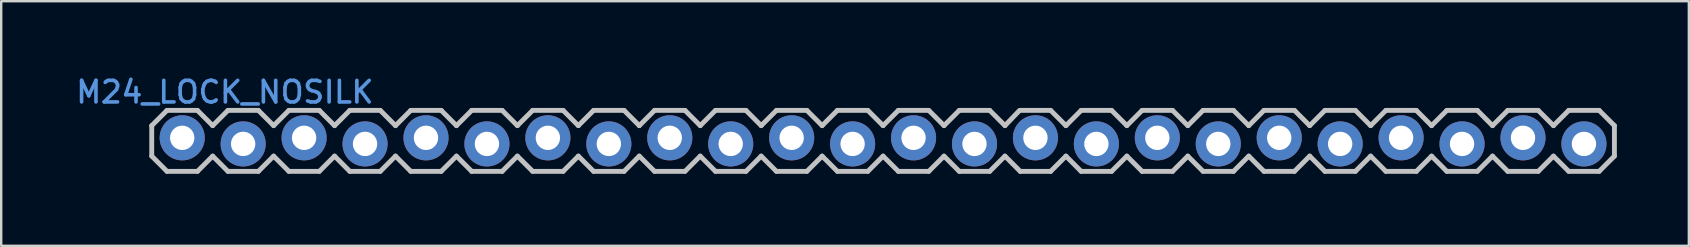
<source format=kicad_pcb>
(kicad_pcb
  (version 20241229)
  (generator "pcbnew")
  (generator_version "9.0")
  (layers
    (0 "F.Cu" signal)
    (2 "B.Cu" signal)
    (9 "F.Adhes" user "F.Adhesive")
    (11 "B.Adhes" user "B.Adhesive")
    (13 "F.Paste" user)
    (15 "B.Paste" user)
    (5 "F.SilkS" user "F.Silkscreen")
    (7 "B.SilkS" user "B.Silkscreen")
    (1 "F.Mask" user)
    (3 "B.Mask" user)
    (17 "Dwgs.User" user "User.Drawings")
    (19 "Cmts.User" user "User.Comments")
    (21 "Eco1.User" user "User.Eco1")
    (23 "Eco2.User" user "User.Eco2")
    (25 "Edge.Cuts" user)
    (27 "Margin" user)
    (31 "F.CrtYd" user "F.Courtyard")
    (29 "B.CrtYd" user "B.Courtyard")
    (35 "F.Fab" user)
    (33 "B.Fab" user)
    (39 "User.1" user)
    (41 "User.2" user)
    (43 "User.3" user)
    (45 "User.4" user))
  (footprint "M24_LOCK_NOSILK"
    (layer "F.Cu")
    (at 4.544 2.821)
    (property "Reference" "M24_LOCK_NOSILK" (at 1.778 -2.032 0) (layer "Cmts.User") (effects (font (size 0.899 0.899) (thickness 0.15))))
    (attr exclude_from_pos_files exclude_from_bom)
    (fp_line (start -1.27 -0.635) (end -1.27 0.635) (stroke (width 0.203) (type solid)) (layer "Dwgs.User"))
    (fp_line (start -1.27 0.635) (end -0.635 1.27) (stroke (width 0.203) (type solid)) (layer "Dwgs.User"))
    (fp_line (start -0.635 -1.27) (end -1.27 -0.635) (stroke (width 0.203) (type solid)) (layer "Dwgs.User"))
    (fp_line (start -0.635 -1.27) (end 0.635 -1.27) (stroke (width 0.203) (type solid)) (layer "Dwgs.User"))
    (fp_line (start -0.254 -0.254) (end 0.254 -0.254) (stroke (width 0.066) (type solid)) (layer "Dwgs.User"))
    (fp_line (start -0.254 0.254) (end -0.254 -0.254) (stroke (width 0.066) (type solid)) (layer "Dwgs.User"))
    (fp_line (start -0.254 0.254) (end 0.254 0.254) (stroke (width 0.066) (type solid)) (layer "Dwgs.User"))
    (fp_line (start 0.254 0.254) (end 0.254 -0.254) (stroke (width 0.066) (type solid)) (layer "Dwgs.User"))
    (fp_line (start 0.635 -1.27) (end 1.27 -0.635) (stroke (width 0.203) (type solid)) (layer "Dwgs.User"))
    (fp_line (start 0.635 1.27) (end -0.635 1.27) (stroke (width 0.203) (type solid)) (layer "Dwgs.User"))
    (fp_line (start 1.27 -0.635) (end 1.905 -1.27) (stroke (width 0.203) (type solid)) (layer "Dwgs.User"))
    (fp_line (start 1.27 0.635) (end 0.635 1.27) (stroke (width 0.203) (type solid)) (layer "Dwgs.User"))
    (fp_line (start 1.905 -1.27) (end 3.175 -1.27) (stroke (width 0.203) (type solid)) (layer "Dwgs.User"))
    (fp_line (start 1.905 1.27) (end 1.27 0.635) (stroke (width 0.203) (type solid)) (layer "Dwgs.User"))
    (fp_line (start 2.286 -0.254) (end 2.794 -0.254) (stroke (width 0.066) (type solid)) (layer "Dwgs.User"))
    (fp_line (start 2.286 0.254) (end 2.286 -0.254) (stroke (width 0.066) (type solid)) (layer "Dwgs.User"))
    (fp_line (start 2.286 0.254) (end 2.794 0.254) (stroke (width 0.066) (type solid)) (layer "Dwgs.User"))
    (fp_line (start 2.794 0.254) (end 2.794 -0.254) (stroke (width 0.066) (type solid)) (layer "Dwgs.User"))
    (fp_line (start 3.175 -1.27) (end 3.81 -0.635) (stroke (width 0.203) (type solid)) (layer "Dwgs.User"))
    (fp_line (start 3.175 1.27) (end 1.905 1.27) (stroke (width 0.203) (type solid)) (layer "Dwgs.User"))
    (fp_line (start 3.81 -0.635) (end 4.445 -1.27) (stroke (width 0.203) (type solid)) (layer "Dwgs.User"))
    (fp_line (start 3.81 0.635) (end 3.175 1.27) (stroke (width 0.203) (type solid)) (layer "Dwgs.User"))
    (fp_line (start 4.445 -1.27) (end 5.715 -1.27) (stroke (width 0.203) (type solid)) (layer "Dwgs.User"))
    (fp_line (start 4.445 1.27) (end 3.81 0.635) (stroke (width 0.203) (type solid)) (layer "Dwgs.User"))
    (fp_line (start 4.826 -0.254) (end 5.334 -0.254) (stroke (width 0.066) (type solid)) (layer "Dwgs.User"))
    (fp_line (start 4.826 0.254) (end 4.826 -0.254) (stroke (width 0.066) (type solid)) (layer "Dwgs.User"))
    (fp_line (start 4.826 0.254) (end 5.334 0.254) (stroke (width 0.066) (type solid)) (layer "Dwgs.User"))
    (fp_line (start 5.334 0.254) (end 5.334 -0.254) (stroke (width 0.066) (type solid)) (layer "Dwgs.User"))
    (fp_line (start 5.715 -1.27) (end 6.35 -0.635) (stroke (width 0.203) (type solid)) (layer "Dwgs.User"))
    (fp_line (start 5.715 1.27) (end 4.445 1.27) (stroke (width 0.203) (type solid)) (layer "Dwgs.User"))
    (fp_line (start 6.35 0.635) (end 5.715 1.27) (stroke (width 0.203) (type solid)) (layer "Dwgs.User"))
    (fp_line (start 6.35 0.635) (end 6.985 1.27) (stroke (width 0.203) (type solid)) (layer "Dwgs.User"))
    (fp_line (start 6.985 -1.27) (end 6.35 -0.635) (stroke (width 0.203) (type solid)) (layer "Dwgs.User"))
    (fp_line (start 6.985 -1.27) (end 8.255 -1.27) (stroke (width 0.203) (type solid)) (layer "Dwgs.User"))
    (fp_line (start 7.366 -0.254) (end 7.874 -0.254) (stroke (width 0.066) (type solid)) (layer "Dwgs.User"))
    (fp_line (start 7.366 0.254) (end 7.366 -0.254) (stroke (width 0.066) (type solid)) (layer "Dwgs.User"))
    (fp_line (start 7.366 0.254) (end 7.874 0.254) (stroke (width 0.066) (type solid)) (layer "Dwgs.User"))
    (fp_line (start 7.874 0.254) (end 7.874 -0.254) (stroke (width 0.066) (type solid)) (layer "Dwgs.User"))
    (fp_line (start 8.255 -1.27) (end 8.89 -0.635) (stroke (width 0.203) (type solid)) (layer "Dwgs.User"))
    (fp_line (start 8.255 1.27) (end 6.985 1.27) (stroke (width 0.203) (type solid)) (layer "Dwgs.User"))
    (fp_line (start 8.89 -0.635) (end 9.525 -1.27) (stroke (width 0.203) (type solid)) (layer "Dwgs.User"))
    (fp_line (start 8.89 0.635) (end 8.255 1.27) (stroke (width 0.203) (type solid)) (layer "Dwgs.User"))
    (fp_line (start 9.525 -1.27) (end 10.795 -1.27) (stroke (width 0.203) (type solid)) (layer "Dwgs.User"))
    (fp_line (start 9.525 1.27) (end 8.89 0.635) (stroke (width 0.203) (type solid)) (layer "Dwgs.User"))
    (fp_line (start 9.906 -0.254) (end 10.414 -0.254) (stroke (width 0.066) (type solid)) (layer "Dwgs.User"))
    (fp_line (start 9.906 0.254) (end 9.906 -0.254) (stroke (width 0.066) (type solid)) (layer "Dwgs.User"))
    (fp_line (start 9.906 0.254) (end 10.414 0.254) (stroke (width 0.066) (type solid)) (layer "Dwgs.User"))
    (fp_line (start 10.414 0.254) (end 10.414 -0.254) (stroke (width 0.066) (type solid)) (layer "Dwgs.User"))
    (fp_line (start 10.795 -1.27) (end 11.43 -0.635) (stroke (width 0.203) (type solid)) (layer "Dwgs.User"))
    (fp_line (start 10.795 1.27) (end 9.525 1.27) (stroke (width 0.203) (type solid)) (layer "Dwgs.User"))
    (fp_line (start 11.43 -0.635) (end 12.065 -1.27) (stroke (width 0.203) (type solid)) (layer "Dwgs.User"))
    (fp_line (start 11.43 0.635) (end 10.795 1.27) (stroke (width 0.203) (type solid)) (layer "Dwgs.User"))
    (fp_line (start 12.065 -1.27) (end 13.335 -1.27) (stroke (width 0.203) (type solid)) (layer "Dwgs.User"))
    (fp_line (start 12.065 1.27) (end 11.43 0.635) (stroke (width 0.203) (type solid)) (layer "Dwgs.User"))
    (fp_line (start 12.446 -0.254) (end 12.954 -0.254) (stroke (width 0.066) (type solid)) (layer "Dwgs.User"))
    (fp_line (start 12.446 0.254) (end 12.446 -0.254) (stroke (width 0.066) (type solid)) (layer "Dwgs.User"))
    (fp_line (start 12.446 0.254) (end 12.954 0.254) (stroke (width 0.066) (type solid)) (layer "Dwgs.User"))
    (fp_line (start 12.954 0.254) (end 12.954 -0.254) (stroke (width 0.066) (type solid)) (layer "Dwgs.User"))
    (fp_line (start 13.335 -1.27) (end 13.97 -0.635) (stroke (width 0.203) (type solid)) (layer "Dwgs.User"))
    (fp_line (start 13.335 1.27) (end 12.065 1.27) (stroke (width 0.203) (type solid)) (layer "Dwgs.User"))
    (fp_line (start 13.97 0.635) (end 13.335 1.27) (stroke (width 0.203) (type solid)) (layer "Dwgs.User"))
    (fp_line (start 13.97 0.635) (end 14.605 1.27) (stroke (width 0.203) (type solid)) (layer "Dwgs.User"))
    (fp_line (start 14.605 -1.27) (end 13.97 -0.635) (stroke (width 0.203) (type solid)) (layer "Dwgs.User"))
    (fp_line (start 14.605 -1.27) (end 15.875 -1.27) (stroke (width 0.203) (type solid)) (layer "Dwgs.User"))
    (fp_line (start 14.986 -0.254) (end 15.494 -0.254) (stroke (width 0.066) (type solid)) (layer "Dwgs.User"))
    (fp_line (start 14.986 0.254) (end 14.986 -0.254) (stroke (width 0.066) (type solid)) (layer "Dwgs.User"))
    (fp_line (start 14.986 0.254) (end 15.494 0.254) (stroke (width 0.066) (type solid)) (layer "Dwgs.User"))
    (fp_line (start 15.494 0.254) (end 15.494 -0.254) (stroke (width 0.066) (type solid)) (layer "Dwgs.User"))
    (fp_line (start 15.875 -1.27) (end 16.51 -0.635) (stroke (width 0.203) (type solid)) (layer "Dwgs.User"))
    (fp_line (start 15.875 1.27) (end 14.605 1.27) (stroke (width 0.203) (type solid)) (layer "Dwgs.User"))
    (fp_line (start 16.51 0.635) (end 15.875 1.27) (stroke (width 0.203) (type solid)) (layer "Dwgs.User"))
    (fp_line (start 16.51 0.635) (end 17.145 1.27) (stroke (width 0.203) (type solid)) (layer "Dwgs.User"))
    (fp_line (start 17.145 -1.27) (end 16.51 -0.635) (stroke (width 0.203) (type solid)) (layer "Dwgs.User"))
    (fp_line (start 17.145 -1.27) (end 18.415 -1.27) (stroke (width 0.203) (type solid)) (layer "Dwgs.User"))
    (fp_line (start 17.523 -0.254) (end 18.034 -0.254) (stroke (width 0.066) (type solid)) (layer "Dwgs.User"))
    (fp_line (start 17.523 0.254) (end 17.523 -0.254) (stroke (width 0.066) (type solid)) (layer "Dwgs.User"))
    (fp_line (start 17.523 0.254) (end 18.034 0.254) (stroke (width 0.066) (type solid)) (layer "Dwgs.User"))
    (fp_line (start 18.034 0.254) (end 18.034 -0.254) (stroke (width 0.066) (type solid)) (layer "Dwgs.User"))
    (fp_line (start 18.415 -1.27) (end 19.05 -0.635) (stroke (width 0.203) (type solid)) (layer "Dwgs.User"))
    (fp_line (start 18.415 1.27) (end 17.145 1.27) (stroke (width 0.203) (type solid)) (layer "Dwgs.User"))
    (fp_line (start 19.05 -0.635) (end 19.685 -1.27) (stroke (width 0.203) (type solid)) (layer "Dwgs.User"))
    (fp_line (start 19.05 0.635) (end 18.415 1.27) (stroke (width 0.203) (type solid)) (layer "Dwgs.User"))
    (fp_line (start 19.685 -1.27) (end 20.955 -1.27) (stroke (width 0.203) (type solid)) (layer "Dwgs.User"))
    (fp_line (start 19.685 1.27) (end 19.05 0.635) (stroke (width 0.203) (type solid)) (layer "Dwgs.User"))
    (fp_line (start 20.066 -0.254) (end 20.574 -0.254) (stroke (width 0.066) (type solid)) (layer "Dwgs.User"))
    (fp_line (start 20.066 0.254) (end 20.066 -0.254) (stroke (width 0.066) (type solid)) (layer "Dwgs.User"))
    (fp_line (start 20.066 0.254) (end 20.574 0.254) (stroke (width 0.066) (type solid)) (layer "Dwgs.User"))
    (fp_line (start 20.574 0.254) (end 20.574 -0.254) (stroke (width 0.066) (type solid)) (layer "Dwgs.User"))
    (fp_line (start 20.955 -1.27) (end 21.59 -0.635) (stroke (width 0.203) (type solid)) (layer "Dwgs.User"))
    (fp_line (start 20.955 1.27) (end 19.685 1.27) (stroke (width 0.203) (type solid)) (layer "Dwgs.User"))
    (fp_line (start 21.59 -0.635) (end 22.225 -1.27) (stroke (width 0.203) (type solid)) (layer "Dwgs.User"))
    (fp_line (start 21.59 0.635) (end 20.955 1.27) (stroke (width 0.203) (type solid)) (layer "Dwgs.User"))
    (fp_line (start 22.225 -1.27) (end 23.495 -1.27) (stroke (width 0.203) (type solid)) (layer "Dwgs.User"))
    (fp_line (start 22.225 1.27) (end 21.59 0.635) (stroke (width 0.203) (type solid)) (layer "Dwgs.User"))
    (fp_line (start 22.606 -0.254) (end 23.114 -0.254) (stroke (width 0.066) (type solid)) (layer "Dwgs.User"))
    (fp_line (start 22.606 0.254) (end 22.606 -0.254) (stroke (width 0.066) (type solid)) (layer "Dwgs.User"))
    (fp_line (start 22.606 0.254) (end 23.114 0.254) (stroke (width 0.066) (type solid)) (layer "Dwgs.User"))
    (fp_line (start 23.114 0.254) (end 23.114 -0.254) (stroke (width 0.066) (type solid)) (layer "Dwgs.User"))
    (fp_line (start 23.495 -1.27) (end 24.13 -0.635) (stroke (width 0.203) (type solid)) (layer "Dwgs.User"))
    (fp_line (start 23.495 1.27) (end 22.225 1.27) (stroke (width 0.203) (type solid)) (layer "Dwgs.User"))
    (fp_line (start 24.13 0.635) (end 23.495 1.27) (stroke (width 0.203) (type solid)) (layer "Dwgs.User"))
    (fp_line (start 24.13 0.635) (end 24.765 1.27) (stroke (width 0.203) (type solid)) (layer "Dwgs.User"))
    (fp_line (start 24.765 -1.27) (end 24.13 -0.635) (stroke (width 0.203) (type solid)) (layer "Dwgs.User"))
    (fp_line (start 24.765 -1.27) (end 26.035 -1.27) (stroke (width 0.203) (type solid)) (layer "Dwgs.User"))
    (fp_line (start 25.146 -0.254) (end 25.654 -0.254) (stroke (width 0.066) (type solid)) (layer "Dwgs.User"))
    (fp_line (start 25.146 0.254) (end 25.146 -0.254) (stroke (width 0.066) (type solid)) (layer "Dwgs.User"))
    (fp_line (start 25.146 0.254) (end 25.654 0.254) (stroke (width 0.066) (type solid)) (layer "Dwgs.User"))
    (fp_line (start 25.654 0.254) (end 25.654 -0.254) (stroke (width 0.066) (type solid)) (layer "Dwgs.User"))
    (fp_line (start 26.035 -1.27) (end 26.67 -0.635) (stroke (width 0.203) (type solid)) (layer "Dwgs.User"))
    (fp_line (start 26.035 1.27) (end 24.765 1.27) (stroke (width 0.203) (type solid)) (layer "Dwgs.User"))
    (fp_line (start 26.67 -0.635) (end 27.305 -1.27) (stroke (width 0.203) (type solid)) (layer "Dwgs.User"))
    (fp_line (start 26.67 0.635) (end 26.035 1.27) (stroke (width 0.203) (type solid)) (layer "Dwgs.User"))
    (fp_line (start 27.305 -1.27) (end 28.575 -1.27) (stroke (width 0.203) (type solid)) (layer "Dwgs.User"))
    (fp_line (start 27.305 1.27) (end 26.67 0.635) (stroke (width 0.203) (type solid)) (layer "Dwgs.User"))
    (fp_line (start 27.686 -0.254) (end 28.194 -0.254) (stroke (width 0.066) (type solid)) (layer "Dwgs.User"))
    (fp_line (start 27.686 0.254) (end 27.686 -0.254) (stroke (width 0.066) (type solid)) (layer "Dwgs.User"))
    (fp_line (start 27.686 0.254) (end 28.194 0.254) (stroke (width 0.066) (type solid)) (layer "Dwgs.User"))
    (fp_line (start 28.194 0.254) (end 28.194 -0.254) (stroke (width 0.066) (type solid)) (layer "Dwgs.User"))
    (fp_line (start 28.575 -1.27) (end 29.21 -0.635) (stroke (width 0.203) (type solid)) (layer "Dwgs.User"))
    (fp_line (start 28.575 1.27) (end 27.305 1.27) (stroke (width 0.203) (type solid)) (layer "Dwgs.User"))
    (fp_line (start 29.21 -0.635) (end 29.845 -1.27) (stroke (width 0.203) (type solid)) (layer "Dwgs.User"))
    (fp_line (start 29.21 0.635) (end 28.575 1.27) (stroke (width 0.203) (type solid)) (layer "Dwgs.User"))
    (fp_line (start 29.845 -1.27) (end 31.115 -1.27) (stroke (width 0.203) (type solid)) (layer "Dwgs.User"))
    (fp_line (start 29.845 1.27) (end 29.21 0.635) (stroke (width 0.203) (type solid)) (layer "Dwgs.User"))
    (fp_line (start 30.226 -0.254) (end 30.734 -0.254) (stroke (width 0.066) (type solid)) (layer "Dwgs.User"))
    (fp_line (start 30.226 0.254) (end 30.226 -0.254) (stroke (width 0.066) (type solid)) (layer "Dwgs.User"))
    (fp_line (start 30.226 0.254) (end 30.734 0.254) (stroke (width 0.066) (type solid)) (layer "Dwgs.User"))
    (fp_line (start 30.734 0.254) (end 30.734 -0.254) (stroke (width 0.066) (type solid)) (layer "Dwgs.User"))
    (fp_line (start 31.115 -1.27) (end 31.75 -0.635) (stroke (width 0.203) (type solid)) (layer "Dwgs.User"))
    (fp_line (start 31.115 1.27) (end 29.845 1.27) (stroke (width 0.203) (type solid)) (layer "Dwgs.User"))
    (fp_line (start 31.75 0.635) (end 31.115 1.27) (stroke (width 0.203) (type solid)) (layer "Dwgs.User"))
    (fp_line (start 31.75 0.635) (end 32.385 1.27) (stroke (width 0.203) (type solid)) (layer "Dwgs.User"))
    (fp_line (start 32.385 -1.27) (end 31.75 -0.635) (stroke (width 0.203) (type solid)) (layer "Dwgs.User"))
    (fp_line (start 32.385 -1.27) (end 33.655 -1.27) (stroke (width 0.203) (type solid)) (layer "Dwgs.User"))
    (fp_line (start 32.766 -0.254) (end 33.274 -0.254) (stroke (width 0.066) (type solid)) (layer "Dwgs.User"))
    (fp_line (start 32.766 0.254) (end 32.766 -0.254) (stroke (width 0.066) (type solid)) (layer "Dwgs.User"))
    (fp_line (start 32.766 0.254) (end 33.274 0.254) (stroke (width 0.066) (type solid)) (layer "Dwgs.User"))
    (fp_line (start 33.274 0.254) (end 33.274 -0.254) (stroke (width 0.066) (type solid)) (layer "Dwgs.User"))
    (fp_line (start 33.655 -1.27) (end 34.29 -0.635) (stroke (width 0.203) (type solid)) (layer "Dwgs.User"))
    (fp_line (start 33.655 1.27) (end 32.385 1.27) (stroke (width 0.203) (type solid)) (layer "Dwgs.User"))
    (fp_line (start 34.29 -0.635) (end 34.9 -1.27) (stroke (width 0.203) (type solid)) (layer "Dwgs.User"))
    (fp_line (start 34.29 0.635) (end 33.655 1.27) (stroke (width 0.203) (type solid)) (layer "Dwgs.User"))
    (fp_line (start 34.29 0.635) (end 34.925 1.27) (stroke (width 0.203) (type solid)) (layer "Dwgs.User"))
    (fp_line (start 34.925 -1.27) (end 36.195 -1.27) (stroke (width 0.203) (type solid)) (layer "Dwgs.User"))
    (fp_line (start 35.306 -0.254) (end 35.814 -0.254) (stroke (width 0.066) (type solid)) (layer "Dwgs.User"))
    (fp_line (start 35.306 0.254) (end 35.306 -0.254) (stroke (width 0.066) (type solid)) (layer "Dwgs.User"))
    (fp_line (start 35.306 0.254) (end 35.814 0.254) (stroke (width 0.066) (type solid)) (layer "Dwgs.User"))
    (fp_line (start 35.814 0.254) (end 35.814 -0.254) (stroke (width 0.066) (type solid)) (layer "Dwgs.User"))
    (fp_line (start 36.195 -1.27) (end 36.83 -0.635) (stroke (width 0.203) (type solid)) (layer "Dwgs.User"))
    (fp_line (start 36.195 1.27) (end 34.925 1.27) (stroke (width 0.203) (type solid)) (layer "Dwgs.User"))
    (fp_line (start 36.83 -0.635) (end 37.465 -1.27) (stroke (width 0.203) (type solid)) (layer "Dwgs.User"))
    (fp_line (start 36.83 0.635) (end 36.195 1.27) (stroke (width 0.203) (type solid)) (layer "Dwgs.User"))
    (fp_line (start 37.465 -1.27) (end 38.735 -1.27) (stroke (width 0.203) (type solid)) (layer "Dwgs.User"))
    (fp_line (start 37.465 1.27) (end 36.83 0.635) (stroke (width 0.203) (type solid)) (layer "Dwgs.User"))
    (fp_line (start 37.846 -0.254) (end 38.354 -0.254) (stroke (width 0.066) (type solid)) (layer "Dwgs.User"))
    (fp_line (start 37.846 0.254) (end 37.846 -0.254) (stroke (width 0.066) (type solid)) (layer "Dwgs.User"))
    (fp_line (start 37.846 0.254) (end 38.354 0.254) (stroke (width 0.066) (type solid)) (layer "Dwgs.User"))
    (fp_line (start 38.354 0.254) (end 38.354 -0.254) (stroke (width 0.066) (type solid)) (layer "Dwgs.User"))
    (fp_line (start 38.735 -1.27) (end 39.37 -0.635) (stroke (width 0.203) (type solid)) (layer "Dwgs.User"))
    (fp_line (start 38.735 1.27) (end 37.465 1.27) (stroke (width 0.203) (type solid)) (layer "Dwgs.User"))
    (fp_line (start 39.37 0.635) (end 38.735 1.27) (stroke (width 0.203) (type solid)) (layer "Dwgs.User"))
    (fp_line (start 39.37 0.635) (end 40.005 1.27) (stroke (width 0.203) (type solid)) (layer "Dwgs.User"))
    (fp_line (start 40.005 -1.27) (end 39.37 -0.635) (stroke (width 0.203) (type solid)) (layer "Dwgs.User"))
    (fp_line (start 40.005 -1.27) (end 41.275 -1.27) (stroke (width 0.203) (type solid)) (layer "Dwgs.User"))
    (fp_line (start 40.386 -0.254) (end 40.894 -0.254) (stroke (width 0.066) (type solid)) (layer "Dwgs.User"))
    (fp_line (start 40.386 0.254) (end 40.386 -0.254) (stroke (width 0.066) (type solid)) (layer "Dwgs.User"))
    (fp_line (start 40.386 0.254) (end 40.894 0.254) (stroke (width 0.066) (type solid)) (layer "Dwgs.User"))
    (fp_line (start 40.894 0.254) (end 40.894 -0.254) (stroke (width 0.066) (type solid)) (layer "Dwgs.User"))
    (fp_line (start 41.275 -1.27) (end 41.91 -0.635) (stroke (width 0.203) (type solid)) (layer "Dwgs.User"))
    (fp_line (start 41.275 1.27) (end 40.005 1.27) (stroke (width 0.203) (type solid)) (layer "Dwgs.User"))
    (fp_line (start 41.91 0.635) (end 41.275 1.27) (stroke (width 0.203) (type solid)) (layer "Dwgs.User"))
    (fp_line (start 41.91 0.635) (end 42.545 1.27) (stroke (width 0.203) (type solid)) (layer "Dwgs.User"))
    (fp_line (start 42.545 -1.27) (end 41.91 -0.635) (stroke (width 0.203) (type solid)) (layer "Dwgs.User"))
    (fp_line (start 42.545 -1.27) (end 43.815 -1.27) (stroke (width 0.203) (type solid)) (layer "Dwgs.User"))
    (fp_line (start 42.923 -0.254) (end 43.434 -0.254) (stroke (width 0.066) (type solid)) (layer "Dwgs.User"))
    (fp_line (start 42.923 0.254) (end 42.923 -0.254) (stroke (width 0.066) (type solid)) (layer "Dwgs.User"))
    (fp_line (start 42.923 0.254) (end 43.434 0.254) (stroke (width 0.066) (type solid)) (layer "Dwgs.User"))
    (fp_line (start 43.434 0.254) (end 43.434 -0.254) (stroke (width 0.066) (type solid)) (layer "Dwgs.User"))
    (fp_line (start 43.815 -1.27) (end 44.45 -0.635) (stroke (width 0.203) (type solid)) (layer "Dwgs.User"))
    (fp_line (start 43.815 1.27) (end 42.545 1.27) (stroke (width 0.203) (type solid)) (layer "Dwgs.User"))
    (fp_line (start 44.45 -0.635) (end 45.085 -1.27) (stroke (width 0.203) (type solid)) (layer "Dwgs.User"))
    (fp_line (start 44.45 0.635) (end 43.815 1.27) (stroke (width 0.203) (type solid)) (layer "Dwgs.User"))
    (fp_line (start 45.085 -1.27) (end 46.355 -1.27) (stroke (width 0.203) (type solid)) (layer "Dwgs.User"))
    (fp_line (start 45.085 1.27) (end 44.45 0.635) (stroke (width 0.203) (type solid)) (layer "Dwgs.User"))
    (fp_line (start 45.466 -0.254) (end 45.974 -0.254) (stroke (width 0.066) (type solid)) (layer "Dwgs.User"))
    (fp_line (start 45.466 0.254) (end 45.466 -0.254) (stroke (width 0.066) (type solid)) (layer "Dwgs.User"))
    (fp_line (start 45.466 0.254) (end 45.974 0.254) (stroke (width 0.066) (type solid)) (layer "Dwgs.User"))
    (fp_line (start 45.974 0.254) (end 45.974 -0.254) (stroke (width 0.066) (type solid)) (layer "Dwgs.User"))
    (fp_line (start 46.355 -1.27) (end 46.99 -0.635) (stroke (width 0.203) (type solid)) (layer "Dwgs.User"))
    (fp_line (start 46.355 1.27) (end 45.085 1.27) (stroke (width 0.203) (type solid)) (layer "Dwgs.User"))
    (fp_line (start 46.99 -0.635) (end 47.625 -1.27) (stroke (width 0.203) (type solid)) (layer "Dwgs.User"))
    (fp_line (start 46.99 0.635) (end 46.355 1.27) (stroke (width 0.203) (type solid)) (layer "Dwgs.User"))
    (fp_line (start 47.625 -1.27) (end 48.895 -1.27) (stroke (width 0.203) (type solid)) (layer "Dwgs.User"))
    (fp_line (start 47.625 1.27) (end 46.99 0.635) (stroke (width 0.203) (type solid)) (layer "Dwgs.User"))
    (fp_line (start 48.006 -0.254) (end 48.514 -0.254) (stroke (width 0.066) (type solid)) (layer "Dwgs.User"))
    (fp_line (start 48.006 0.254) (end 48.006 -0.254) (stroke (width 0.066) (type solid)) (layer "Dwgs.User"))
    (fp_line (start 48.006 0.254) (end 48.514 0.254) (stroke (width 0.066) (type solid)) (layer "Dwgs.User"))
    (fp_line (start 48.514 0.254) (end 48.514 -0.254) (stroke (width 0.066) (type solid)) (layer "Dwgs.User"))
    (fp_line (start 48.895 -1.27) (end 49.53 -0.635) (stroke (width 0.203) (type solid)) (layer "Dwgs.User"))
    (fp_line (start 48.895 1.27) (end 47.625 1.27) (stroke (width 0.203) (type solid)) (layer "Dwgs.User"))
    (fp_line (start 49.53 0.635) (end 48.895 1.27) (stroke (width 0.203) (type solid)) (layer "Dwgs.User"))
    (fp_line (start 49.53 0.635) (end 50.165 1.27) (stroke (width 0.203) (type solid)) (layer "Dwgs.User"))
    (fp_line (start 50.165 -1.27) (end 49.53 -0.635) (stroke (width 0.203) (type solid)) (layer "Dwgs.User"))
    (fp_line (start 50.165 -1.27) (end 51.435 -1.27) (stroke (width 0.203) (type solid)) (layer "Dwgs.User"))
    (fp_line (start 50.546 -0.254) (end 51.054 -0.254) (stroke (width 0.066) (type solid)) (layer "Dwgs.User"))
    (fp_line (start 50.546 0.254) (end 50.546 -0.254) (stroke (width 0.066) (type solid)) (layer "Dwgs.User"))
    (fp_line (start 50.546 0.254) (end 51.054 0.254) (stroke (width 0.066) (type solid)) (layer "Dwgs.User"))
    (fp_line (start 51.054 0.254) (end 51.054 -0.254) (stroke (width 0.066) (type solid)) (layer "Dwgs.User"))
    (fp_line (start 51.435 -1.27) (end 52.07 -0.635) (stroke (width 0.203) (type solid)) (layer "Dwgs.User"))
    (fp_line (start 51.435 1.27) (end 50.165 1.27) (stroke (width 0.203) (type solid)) (layer "Dwgs.User"))
    (fp_line (start 52.07 -0.635) (end 52.705 -1.27) (stroke (width 0.203) (type solid)) (layer "Dwgs.User"))
    (fp_line (start 52.07 0.635) (end 51.435 1.27) (stroke (width 0.203) (type solid)) (layer "Dwgs.User"))
    (fp_line (start 52.705 -1.27) (end 53.975 -1.27) (stroke (width 0.203) (type solid)) (layer "Dwgs.User"))
    (fp_line (start 52.705 1.27) (end 52.07 0.635) (stroke (width 0.203) (type solid)) (layer "Dwgs.User"))
    (fp_line (start 53.086 -0.254) (end 53.594 -0.254) (stroke (width 0.066) (type solid)) (layer "Dwgs.User"))
    (fp_line (start 53.086 0.254) (end 53.086 -0.254) (stroke (width 0.066) (type solid)) (layer "Dwgs.User"))
    (fp_line (start 53.086 0.254) (end 53.594 0.254) (stroke (width 0.066) (type solid)) (layer "Dwgs.User"))
    (fp_line (start 53.594 0.254) (end 53.594 -0.254) (stroke (width 0.066) (type solid)) (layer "Dwgs.User"))
    (fp_line (start 53.975 -1.27) (end 54.61 -0.635) (stroke (width 0.203) (type solid)) (layer "Dwgs.User"))
    (fp_line (start 53.975 1.27) (end 52.705 1.27) (stroke (width 0.203) (type solid)) (layer "Dwgs.User"))
    (fp_line (start 54.61 -0.635) (end 55.245 -1.27) (stroke (width 0.203) (type solid)) (layer "Dwgs.User"))
    (fp_line (start 54.61 0.635) (end 53.975 1.27) (stroke (width 0.203) (type solid)) (layer "Dwgs.User"))
    (fp_line (start 55.245 -1.27) (end 56.515 -1.27) (stroke (width 0.203) (type solid)) (layer "Dwgs.User"))
    (fp_line (start 55.245 1.27) (end 54.61 0.635) (stroke (width 0.203) (type solid)) (layer "Dwgs.User"))
    (fp_line (start 55.626 -0.254) (end 56.134 -0.254) (stroke (width 0.066) (type solid)) (layer "Dwgs.User"))
    (fp_line (start 55.626 0.254) (end 55.626 -0.254) (stroke (width 0.066) (type solid)) (layer "Dwgs.User"))
    (fp_line (start 55.626 0.254) (end 56.134 0.254) (stroke (width 0.066) (type solid)) (layer "Dwgs.User"))
    (fp_line (start 56.134 0.254) (end 56.134 -0.254) (stroke (width 0.066) (type solid)) (layer "Dwgs.User"))
    (fp_line (start 56.515 -1.27) (end 57.15 -0.635) (stroke (width 0.203) (type solid)) (layer "Dwgs.User"))
    (fp_line (start 56.515 1.27) (end 55.245 1.27) (stroke (width 0.203) (type solid)) (layer "Dwgs.User"))
    (fp_line (start 57.15 0.635) (end 56.515 1.27) (stroke (width 0.203) (type solid)) (layer "Dwgs.User"))
    (fp_line (start 57.15 0.635) (end 57.785 1.27) (stroke (width 0.203) (type solid)) (layer "Dwgs.User"))
    (fp_line (start 57.785 -1.27) (end 57.15 -0.635) (stroke (width 0.203) (type solid)) (layer "Dwgs.User"))
    (fp_line (start 57.785 -1.27) (end 59.055 -1.27) (stroke (width 0.203) (type solid)) (layer "Dwgs.User"))
    (fp_line (start 58.166 -0.254) (end 58.674 -0.254) (stroke (width 0.066) (type solid)) (layer "Dwgs.User"))
    (fp_line (start 58.166 0.254) (end 58.166 -0.254) (stroke (width 0.066) (type solid)) (layer "Dwgs.User"))
    (fp_line (start 58.166 0.254) (end 58.674 0.254) (stroke (width 0.066) (type solid)) (layer "Dwgs.User"))
    (fp_line (start 58.674 0.254) (end 58.674 -0.254) (stroke (width 0.066) (type solid)) (layer "Dwgs.User"))
    (fp_line (start 59.055 -1.27) (end 59.69 -0.635) (stroke (width 0.203) (type solid)) (layer "Dwgs.User"))
    (fp_line (start 59.055 1.27) (end 57.785 1.27) (stroke (width 0.203) (type solid)) (layer "Dwgs.User"))
    (fp_line (start 59.69 -0.635) (end 59.69 0.635) (stroke (width 0.203) (type solid)) (layer "Dwgs.User"))
    (fp_line (start 59.69 0.635) (end 59.055 1.27) (stroke (width 0.203) (type solid)) (layer "Dwgs.User"))
    (pad "1" thru_hole circle (at 0 -0.127) (size 1.88 1.88) (drill 1.016) (layers "*.Cu" "*.Mask"))
    (pad "2" thru_hole circle (at 2.54 0.127) (size 1.88 1.88) (drill 1.016) (layers "*.Cu" "*.Mask"))
    (pad "3" thru_hole circle (at 5.08 -0.127) (size 1.88 1.88) (drill 1.016) (layers "*.Cu" "*.Mask"))
    (pad "4" thru_hole circle (at 7.62 0.127) (size 1.88 1.88) (drill 1.016) (layers "*.Cu" "*.Mask"))
    (pad "5" thru_hole circle (at 10.16 -0.127) (size 1.88 1.88) (drill 1.016) (layers "*.Cu" "*.Mask"))
    (pad "6" thru_hole circle (at 12.7 0.127) (size 1.88 1.88) (drill 1.016) (layers "*.Cu" "*.Mask"))
    (pad "7" thru_hole circle (at 15.24 -0.127) (size 1.88 1.88) (drill 1.016) (layers "*.Cu" "*.Mask"))
    (pad "8" thru_hole circle (at 17.78 0.127) (size 1.88 1.88) (drill 1.016) (layers "*.Cu" "*.Mask"))
    (pad "9" thru_hole circle (at 20.32 -0.127) (size 1.88 1.88) (drill 1.016) (layers "*.Cu" "*.Mask"))
    (pad "10" thru_hole circle (at 22.86 0.127) (size 1.88 1.88) (drill 1.016) (layers "*.Cu" "*.Mask"))
    (pad "11" thru_hole circle (at 25.4 -0.127) (size 1.88 1.88) (drill 1.016) (layers "*.Cu" "*.Mask"))
    (pad "12" thru_hole circle (at 27.94 0.127) (size 1.88 1.88) (drill 1.016) (layers "*.Cu" "*.Mask"))
    (pad "13" thru_hole circle (at 30.48 -0.127) (size 1.88 1.88) (drill 1.016) (layers "*.Cu" "*.Mask"))
    (pad "14" thru_hole circle (at 33.02 0.127) (size 1.88 1.88) (drill 1.016) (layers "*.Cu" "*.Mask"))
    (pad "15" thru_hole circle (at 35.56 -0.127) (size 1.88 1.88) (drill 1.016) (layers "*.Cu" "*.Mask"))
    (pad "16" thru_hole circle (at 38.1 0.127) (size 1.88 1.88) (drill 1.016) (layers "*.Cu" "*.Mask"))
    (pad "17" thru_hole circle (at 40.64 -0.127) (size 1.88 1.88) (drill 1.016) (layers "*.Cu" "*.Mask"))
    (pad "18" thru_hole circle (at 43.18 0.127) (size 1.88 1.88) (drill 1.016) (layers "*.Cu" "*.Mask"))
    (pad "19" thru_hole circle (at 45.72 -0.127) (size 1.88 1.88) (drill 1.016) (layers "*.Cu" "*.Mask"))
    (pad "20" thru_hole circle (at 48.26 0.127) (size 1.88 1.88) (drill 1.016) (layers "*.Cu" "*.Mask"))
    (pad "21" thru_hole circle (at 50.8 -0.127) (size 1.88 1.88) (drill 1.016) (layers "*.Cu" "*.Mask"))
    (pad "22" thru_hole circle (at 53.34 0.127) (size 1.88 1.88) (drill 1.016) (layers "*.Cu" "*.Mask"))
    (pad "23" thru_hole circle (at 55.88 -0.127) (size 1.88 1.88) (drill 1.016) (layers "*.Cu" "*.Mask"))
    (pad "24" thru_hole circle (at 58.42 0.127) (size 1.88 1.88) (drill 1.016) (layers "*.Cu" "*.Mask")))
  (gr_rect
    (start -3 -3)
    (end 67.336 7.193)
    (stroke (width 0.1) (type default))
    (fill no)
    (layer "Edge.Cuts")))
</source>
